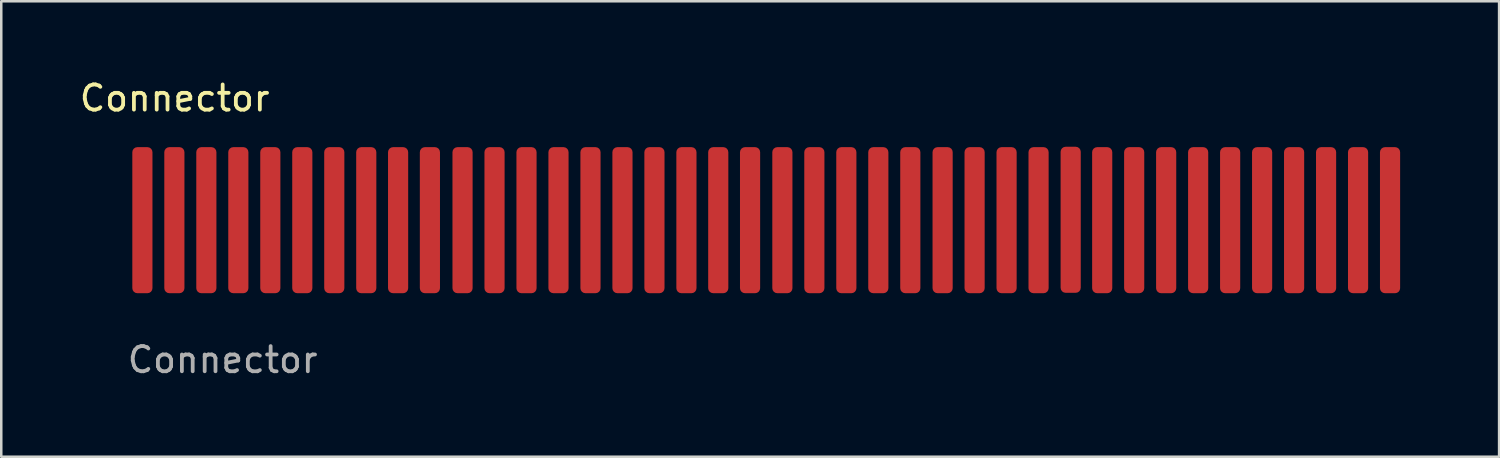
<source format=kicad_pcb>
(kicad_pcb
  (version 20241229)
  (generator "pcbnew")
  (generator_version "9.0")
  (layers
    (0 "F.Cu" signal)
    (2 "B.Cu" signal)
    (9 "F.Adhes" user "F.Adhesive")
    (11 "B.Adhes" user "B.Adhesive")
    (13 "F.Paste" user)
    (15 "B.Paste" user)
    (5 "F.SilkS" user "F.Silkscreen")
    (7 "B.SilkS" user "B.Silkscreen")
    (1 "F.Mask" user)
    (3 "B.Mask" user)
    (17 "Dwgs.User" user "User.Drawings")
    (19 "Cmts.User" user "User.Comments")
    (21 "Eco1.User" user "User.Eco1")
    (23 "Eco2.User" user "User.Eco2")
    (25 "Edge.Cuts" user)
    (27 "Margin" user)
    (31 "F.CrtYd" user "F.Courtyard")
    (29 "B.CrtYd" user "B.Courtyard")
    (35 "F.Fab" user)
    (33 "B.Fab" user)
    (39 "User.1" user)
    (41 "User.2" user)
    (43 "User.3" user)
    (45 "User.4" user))
  (footprint "Connector"
    (layer "F.Cu")
    (at 27.382 5.293)
    (property "Reference" "Connector" (at -23.495 -4.445 0) (unlocked yes) (layer "F.SilkS") (effects (font (size 1 1) (thickness 0.15))))
    (attr smd)
    (fp_poly (pts (xy 26.035 4.175) (xy -26.035 4.175) (xy -26.035 -2.438) (xy 26.035 -2.438)) (stroke (width 0.12) (type solid)) (fill yes) (layer "F.Mask"))
    (fp_poly (pts (xy 26.035 4.175) (xy -26.035 4.175) (xy -26.035 -2.438) (xy 26.035 -2.438)) (stroke (width 0.12) (type solid)) (fill yes) (layer "B.Mask"))
    (fp_text user "${REFERENCE}" (at -21.59 5.945 0) (unlocked yes) (layer "F.Fab") (effects (font (size 1 1) (thickness 0.15))))
    (pad "1" smd roundrect (at -24.778 0.4) (size 0.8 5.8) (layers "F.Cu" "F.Mask" "F.Paste") (roundrect_rratio 0.25))
    (pad "2" smd roundrect (at -23.508 0.4) (size 0.8 5.8) (layers "F.Cu" "F.Mask" "F.Paste") (roundrect_rratio 0.25))
    (pad "3" smd roundrect (at -22.238 0.4) (size 0.8 5.8) (layers "F.Cu" "F.Mask" "F.Paste") (roundrect_rratio 0.25))
    (pad "4" smd roundrect (at -20.968 0.4) (size 0.8 5.8) (layers "F.Cu" "F.Mask" "F.Paste") (roundrect_rratio 0.25))
    (pad "5" smd roundrect (at -19.698 0.4) (size 0.8 5.8) (layers "F.Cu" "F.Mask" "F.Paste") (roundrect_rratio 0.25))
    (pad "6" smd roundrect (at -18.428 0.4) (size 0.8 5.8) (layers "F.Cu" "F.Mask" "F.Paste") (roundrect_rratio 0.25))
    (pad "7" smd roundrect (at -17.158 0.4) (size 0.8 5.8) (layers "F.Cu" "F.Mask" "F.Paste") (roundrect_rratio 0.25))
    (pad "8" smd roundrect (at -15.888 0.4) (size 0.8 5.8) (layers "F.Cu" "F.Mask" "F.Paste") (roundrect_rratio 0.25))
    (pad "9" smd roundrect (at -14.624 0.4) (size 0.8 5.8) (layers "F.Cu" "F.Mask" "F.Paste") (roundrect_rratio 0.25))
    (pad "10" smd roundrect (at -13.361 0.4) (size 0.8 5.8) (layers "F.Cu" "F.Mask" "F.Paste") (roundrect_rratio 0.25))
    (pad "11" smd roundrect (at -12.065 0.4) (size 0.8 5.8) (layers "F.Cu" "F.Mask" "F.Paste") (roundrect_rratio 0.25))
    (pad "12" smd roundrect (at -10.795 0.4) (size 0.8 5.8) (layers "F.Cu" "F.Mask" "F.Paste") (roundrect_rratio 0.25))
    (pad "13" smd roundrect (at -9.525 0.4) (size 0.8 5.8) (layers "F.Cu" "F.Mask" "F.Paste") (roundrect_rratio 0.25))
    (pad "14" smd roundrect (at -8.255 0.4) (size 0.8 5.8) (layers "F.Cu" "F.Mask" "F.Paste") (roundrect_rratio 0.25))
    (pad "15" smd roundrect (at -6.985 0.4) (size 0.8 5.8) (layers "F.Cu" "F.Mask" "F.Paste") (roundrect_rratio 0.25))
    (pad "16" smd roundrect (at -5.715 0.4) (size 0.8 5.8) (layers "F.Cu" "F.Mask" "F.Paste") (roundrect_rratio 0.25))
    (pad "17" smd roundrect (at -4.445 0.4) (size 0.8 5.8) (layers "F.Cu" "F.Mask" "F.Paste") (roundrect_rratio 0.25))
    (pad "18" smd roundrect (at -3.175 0.4) (size 0.8 5.8) (layers "F.Cu" "F.Mask" "F.Paste") (roundrect_rratio 0.25))
    (pad "19" smd roundrect (at -1.911 0.4) (size 0.8 5.8) (layers "F.Cu" "F.Mask" "F.Paste") (roundrect_rratio 0.25))
    (pad "20" smd roundrect (at -0.648 0.4) (size 0.8 5.8) (layers "F.Cu" "F.Mask" "F.Paste") (roundrect_rratio 0.25))
    (pad "21" smd roundrect (at 0.635 0.4) (size 0.8 5.8) (layers "F.Cu" "F.Mask" "F.Paste") (roundrect_rratio 0.25))
    (pad "22" smd roundrect (at 1.905 0.4) (size 0.8 5.8) (layers "F.Cu" "F.Mask" "F.Paste") (roundrect_rratio 0.25))
    (pad "23" smd roundrect (at 3.175 0.4) (size 0.8 5.8) (layers "F.Cu" "F.Mask" "F.Paste") (roundrect_rratio 0.25))
    (pad "24" smd roundrect (at 4.445 0.4) (size 0.8 5.8) (layers "F.Cu" "F.Mask" "F.Paste") (roundrect_rratio 0.25))
    (pad "25" smd roundrect (at 5.715 0.4) (size 0.8 5.8) (layers "F.Cu" "F.Mask" "F.Paste") (roundrect_rratio 0.25))
    (pad "26" smd roundrect (at 6.998 0.4) (size 0.8 5.8) (layers "F.Cu" "F.Mask" "F.Paste") (roundrect_rratio 0.25))
    (pad "27" smd roundrect (at 8.268 0.4) (size 0.8 5.8) (layers "F.Cu" "F.Mask" "F.Paste") (roundrect_rratio 0.25))
    (pad "28" smd roundrect (at 9.538 0.4) (size 0.8 5.8) (layers "F.Cu" "F.Mask" "F.Paste") (roundrect_rratio 0.25))
    (pad "29" smd roundrect (at 10.808 0.4) (size 0.8 5.8) (layers "F.Cu" "F.Mask" "F.Paste") (roundrect_rratio 0.25))
    (pad "30" smd roundrect (at 12.083 0.384) (size 0.8 5.8) (layers "F.Cu" "F.Mask" "F.Paste") (roundrect_rratio 0.25))
    (pad "31" smd roundrect (at 13.335 0.4) (size 0.8 5.8) (layers "F.Cu" "F.Mask" "F.Paste") (roundrect_rratio 0.25))
    (pad "32" smd roundrect (at 14.605 0.4) (size 0.8 5.8) (layers "F.Cu" "F.Mask" "F.Paste") (roundrect_rratio 0.25))
    (pad "33" smd roundrect (at 15.875 0.4) (size 0.8 5.8) (layers "F.Cu" "F.Mask" "F.Paste") (roundrect_rratio 0.25))
    (pad "34" smd roundrect (at 17.145 0.4) (size 0.8 5.8) (layers "F.Cu" "F.Mask" "F.Paste") (roundrect_rratio 0.25))
    (pad "35" smd roundrect (at 18.415 0.4) (size 0.8 5.8) (layers "F.Cu" "F.Mask" "F.Paste") (roundrect_rratio 0.25))
    (pad "36" smd roundrect (at 19.685 0.4) (size 0.8 5.8) (layers "F.Cu" "F.Mask" "F.Paste") (roundrect_rratio 0.25))
    (pad "37" smd roundrect (at 20.955 0.4) (size 0.8 5.8) (layers "F.Cu" "F.Mask" "F.Paste") (roundrect_rratio 0.25))
    (pad "38" smd roundrect (at 22.225 0.4) (size 0.8 5.8) (layers "F.Cu" "F.Mask" "F.Paste") (roundrect_rratio 0.25))
    (pad "39" smd roundrect (at 23.495 0.4) (size 0.8 5.8) (layers "F.Cu" "F.Mask" "F.Paste") (roundrect_rratio 0.25))
    (pad "40" smd roundrect (at 24.765 0.4) (size 0.8 5.8) (layers "F.Cu" "F.Mask" "F.Paste") (roundrect_rratio 0.25))
    (zone (net_name "") (layers "F.Cu" "B.Cu") (hatch edge 0.508) (connect_pads) (min_thickness 0.254) (filled_areas_thickness no) (keepout (tracks allowed) (vias allowed) (pads allowed) (copperpour not_allowed) (footprints allowed)) (placement (enabled no)) (fill) (polygon (pts (xy 53.468 9.534) (xy 1.296 9.534) (xy 1.296 2.525) (xy 53.468 2.525)))))
  (gr_rect
    (start -3 -3)
    (end 56.477 15.086)
    (stroke (width 0.1) (type default))
    (fill no)
    (layer "Edge.Cuts")))
</source>
